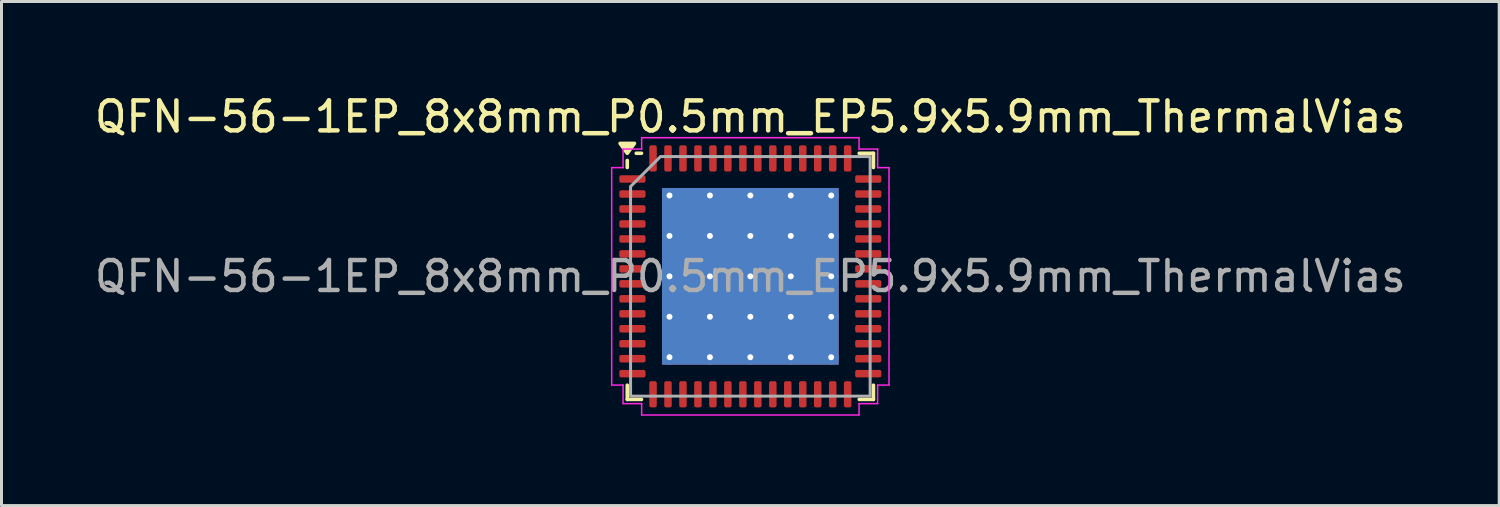
<source format=kicad_pcb>
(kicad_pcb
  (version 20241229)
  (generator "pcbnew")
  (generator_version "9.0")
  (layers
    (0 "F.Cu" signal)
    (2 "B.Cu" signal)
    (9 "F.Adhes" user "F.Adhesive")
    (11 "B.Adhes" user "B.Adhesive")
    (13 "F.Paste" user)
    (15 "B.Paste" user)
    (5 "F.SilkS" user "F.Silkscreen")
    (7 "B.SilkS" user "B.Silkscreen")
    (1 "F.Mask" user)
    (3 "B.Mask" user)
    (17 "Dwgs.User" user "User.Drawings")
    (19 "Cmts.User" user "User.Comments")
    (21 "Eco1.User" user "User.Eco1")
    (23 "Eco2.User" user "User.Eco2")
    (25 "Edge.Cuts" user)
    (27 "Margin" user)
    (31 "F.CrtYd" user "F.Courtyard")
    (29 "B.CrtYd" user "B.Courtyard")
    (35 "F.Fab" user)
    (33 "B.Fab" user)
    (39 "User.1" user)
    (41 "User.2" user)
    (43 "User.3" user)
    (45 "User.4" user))
  (footprint "QFN-56-1EP_8x8mm_P0.5mm_EP5.9x5.9mm_ThermalVias"
    (layer "F.Cu")
    (at 22.006 6.178)
    (property "Reference" "QFN-56-1EP_8x8mm_P0.5mm_EP5.9x5.9mm_ThermalVias" (at 0 -5.33 0) (layer "F.SilkS") (effects (font (size 1 1) (thickness 0.15))))
    (attr smd)
    (fp_line (start -4.11 -3.635) (end -4.11 -3.87) (stroke (width 0.12) (type solid)) (layer "F.SilkS"))
    (fp_line (start -4.11 4.11) (end -4.11 3.635) (stroke (width 0.12) (type solid)) (layer "F.SilkS"))
    (fp_line (start -3.635 -4.11) (end -3.81 -4.11) (stroke (width 0.12) (type solid)) (layer "F.SilkS"))
    (fp_line (start -3.635 4.11) (end -4.11 4.11) (stroke (width 0.12) (type solid)) (layer "F.SilkS"))
    (fp_line (start 3.635 -4.11) (end 4.11 -4.11) (stroke (width 0.12) (type solid)) (layer "F.SilkS"))
    (fp_line (start 3.635 4.11) (end 4.11 4.11) (stroke (width 0.12) (type solid)) (layer "F.SilkS"))
    (fp_line (start 4.11 -4.11) (end 4.11 -3.635) (stroke (width 0.12) (type solid)) (layer "F.SilkS"))
    (fp_line (start 4.11 4.11) (end 4.11 3.635) (stroke (width 0.12) (type solid)) (layer "F.SilkS"))
    (fp_poly (pts (xy -4.11 -4.11) (xy -4.35 -4.44) (xy -3.87 -4.44)) (stroke (width 0.12) (type solid)) (fill yes) (layer "F.SilkS"))
    (fp_line (start -4.63 -3.63) (end -4.25 -3.63) (stroke (width 0.05) (type solid)) (layer "F.CrtYd"))
    (fp_line (start -4.63 3.63) (end -4.63 -3.63) (stroke (width 0.05) (type solid)) (layer "F.CrtYd"))
    (fp_line (start -4.25 -4.25) (end -3.63 -4.25) (stroke (width 0.05) (type solid)) (layer "F.CrtYd"))
    (fp_line (start -4.25 -3.63) (end -4.25 -4.25) (stroke (width 0.05) (type solid)) (layer "F.CrtYd"))
    (fp_line (start -4.25 3.63) (end -4.63 3.63) (stroke (width 0.05) (type solid)) (layer "F.CrtYd"))
    (fp_line (start -4.25 4.25) (end -4.25 3.63) (stroke (width 0.05) (type solid)) (layer "F.CrtYd"))
    (fp_line (start -3.63 -4.63) (end 3.63 -4.63) (stroke (width 0.05) (type solid)) (layer "F.CrtYd"))
    (fp_line (start -3.63 -4.25) (end -3.63 -4.63) (stroke (width 0.05) (type solid)) (layer "F.CrtYd"))
    (fp_line (start -3.63 4.25) (end -4.25 4.25) (stroke (width 0.05) (type solid)) (layer "F.CrtYd"))
    (fp_line (start -3.63 4.63) (end -3.63 4.25) (stroke (width 0.05) (type solid)) (layer "F.CrtYd"))
    (fp_line (start 3.63 -4.63) (end 3.63 -4.25) (stroke (width 0.05) (type solid)) (layer "F.CrtYd"))
    (fp_line (start 3.63 -4.25) (end 4.25 -4.25) (stroke (width 0.05) (type solid)) (layer "F.CrtYd"))
    (fp_line (start 3.63 4.25) (end 3.63 4.63) (stroke (width 0.05) (type solid)) (layer "F.CrtYd"))
    (fp_line (start 3.63 4.63) (end -3.63 4.63) (stroke (width 0.05) (type solid)) (layer "F.CrtYd"))
    (fp_line (start 4.25 -4.25) (end 4.25 -3.63) (stroke (width 0.05) (type solid)) (layer "F.CrtYd"))
    (fp_line (start 4.25 -3.63) (end 4.63 -3.63) (stroke (width 0.05) (type solid)) (layer "F.CrtYd"))
    (fp_line (start 4.25 3.63) (end 4.25 4.25) (stroke (width 0.05) (type solid)) (layer "F.CrtYd"))
    (fp_line (start 4.25 4.25) (end 3.63 4.25) (stroke (width 0.05) (type solid)) (layer "F.CrtYd"))
    (fp_line (start 4.63 -3.63) (end 4.63 3.63) (stroke (width 0.05) (type solid)) (layer "F.CrtYd"))
    (fp_line (start 4.63 3.63) (end 4.25 3.63) (stroke (width 0.05) (type solid)) (layer "F.CrtYd"))
    (fp_poly (pts (xy -4 -3) (xy -4 4) (xy 4 4) (xy 4 -4) (xy -3 -4)) (stroke (width 0.1) (type solid)) (fill no) (layer "F.Fab"))
    (fp_text user "${REFERENCE}" (at 0 0 0) (layer "F.Fab") (effects (font (size 1 1) (thickness 0.15))))
    (pad "" smd roundrect (at -2.22 -2.22) (size 1.14 1.14) (layers "F.Paste") (roundrect_rratio 0.219))
    (pad "" smd roundrect (at -2.22 -0.74) (size 1.14 1.14) (layers "F.Paste") (roundrect_rratio 0.219))
    (pad "" smd roundrect (at -2.22 0.74) (size 1.14 1.14) (layers "F.Paste") (roundrect_rratio 0.219))
    (pad "" smd roundrect (at -2.22 2.22) (size 1.14 1.14) (layers "F.Paste") (roundrect_rratio 0.219))
    (pad "" smd roundrect (at -0.74 -2.22) (size 1.14 1.14) (layers "F.Paste") (roundrect_rratio 0.219))
    (pad "" smd roundrect (at -0.74 -0.74) (size 1.14 1.14) (layers "F.Paste") (roundrect_rratio 0.219))
    (pad "" smd roundrect (at -0.74 0.74) (size 1.14 1.14) (layers "F.Paste") (roundrect_rratio 0.219))
    (pad "" smd roundrect (at -0.74 2.22) (size 1.14 1.14) (layers "F.Paste") (roundrect_rratio 0.219))
    (pad "" smd roundrect (at 0.74 -2.22) (size 1.14 1.14) (layers "F.Paste") (roundrect_rratio 0.219))
    (pad "" smd roundrect (at 0.74 -0.74) (size 1.14 1.14) (layers "F.Paste") (roundrect_rratio 0.219))
    (pad "" smd roundrect (at 0.74 0.74) (size 1.14 1.14) (layers "F.Paste") (roundrect_rratio 0.219))
    (pad "" smd roundrect (at 0.74 2.22) (size 1.14 1.14) (layers "F.Paste") (roundrect_rratio 0.219))
    (pad "" smd roundrect (at 2.22 -2.22) (size 1.14 1.14) (layers "F.Paste") (roundrect_rratio 0.219))
    (pad "" smd roundrect (at 2.22 -0.74) (size 1.14 1.14) (layers "F.Paste") (roundrect_rratio 0.219))
    (pad "" smd roundrect (at 2.22 0.74) (size 1.14 1.14) (layers "F.Paste") (roundrect_rratio 0.219))
    (pad "" smd roundrect (at 2.22 2.22) (size 1.14 1.14) (layers "F.Paste") (roundrect_rratio 0.219))
    (pad "1" smd roundrect (at -3.938 -3.25) (size 0.875 0.25) (layers "F.Cu" "F.Mask" "F.Paste") (roundrect_rratio 0.25))
    (pad "2" smd roundrect (at -3.938 -2.75) (size 0.875 0.25) (layers "F.Cu" "F.Mask" "F.Paste") (roundrect_rratio 0.25))
    (pad "3" smd roundrect (at -3.938 -2.25) (size 0.875 0.25) (layers "F.Cu" "F.Mask" "F.Paste") (roundrect_rratio 0.25))
    (pad "4" smd roundrect (at -3.938 -1.75) (size 0.875 0.25) (layers "F.Cu" "F.Mask" "F.Paste") (roundrect_rratio 0.25))
    (pad "5" smd roundrect (at -3.938 -1.25) (size 0.875 0.25) (layers "F.Cu" "F.Mask" "F.Paste") (roundrect_rratio 0.25))
    (pad "6" smd roundrect (at -3.938 -0.75) (size 0.875 0.25) (layers "F.Cu" "F.Mask" "F.Paste") (roundrect_rratio 0.25))
    (pad "7" smd roundrect (at -3.938 -0.25) (size 0.875 0.25) (layers "F.Cu" "F.Mask" "F.Paste") (roundrect_rratio 0.25))
    (pad "8" smd roundrect (at -3.938 0.25) (size 0.875 0.25) (layers "F.Cu" "F.Mask" "F.Paste") (roundrect_rratio 0.25))
    (pad "9" smd roundrect (at -3.938 0.75) (size 0.875 0.25) (layers "F.Cu" "F.Mask" "F.Paste") (roundrect_rratio 0.25))
    (pad "10" smd roundrect (at -3.938 1.25) (size 0.875 0.25) (layers "F.Cu" "F.Mask" "F.Paste") (roundrect_rratio 0.25))
    (pad "11" smd roundrect (at -3.938 1.75) (size 0.875 0.25) (layers "F.Cu" "F.Mask" "F.Paste") (roundrect_rratio 0.25))
    (pad "12" smd roundrect (at -3.938 2.25) (size 0.875 0.25) (layers "F.Cu" "F.Mask" "F.Paste") (roundrect_rratio 0.25))
    (pad "13" smd roundrect (at -3.938 2.75) (size 0.875 0.25) (layers "F.Cu" "F.Mask" "F.Paste") (roundrect_rratio 0.25))
    (pad "14" smd roundrect (at -3.938 3.25) (size 0.875 0.25) (layers "F.Cu" "F.Mask" "F.Paste") (roundrect_rratio 0.25))
    (pad "15" smd roundrect (at -3.25 3.938) (size 0.25 0.875) (layers "F.Cu" "F.Mask" "F.Paste") (roundrect_rratio 0.25))
    (pad "16" smd roundrect (at -2.75 3.938) (size 0.25 0.875) (layers "F.Cu" "F.Mask" "F.Paste") (roundrect_rratio 0.25))
    (pad "17" smd roundrect (at -2.25 3.938) (size 0.25 0.875) (layers "F.Cu" "F.Mask" "F.Paste") (roundrect_rratio 0.25))
    (pad "18" smd roundrect (at -1.75 3.938) (size 0.25 0.875) (layers "F.Cu" "F.Mask" "F.Paste") (roundrect_rratio 0.25))
    (pad "19" smd roundrect (at -1.25 3.938) (size 0.25 0.875) (layers "F.Cu" "F.Mask" "F.Paste") (roundrect_rratio 0.25))
    (pad "20" smd roundrect (at -0.75 3.938) (size 0.25 0.875) (layers "F.Cu" "F.Mask" "F.Paste") (roundrect_rratio 0.25))
    (pad "21" smd roundrect (at -0.25 3.938) (size 0.25 0.875) (layers "F.Cu" "F.Mask" "F.Paste") (roundrect_rratio 0.25))
    (pad "22" smd roundrect (at 0.25 3.938) (size 0.25 0.875) (layers "F.Cu" "F.Mask" "F.Paste") (roundrect_rratio 0.25))
    (pad "23" smd roundrect (at 0.75 3.938) (size 0.25 0.875) (layers "F.Cu" "F.Mask" "F.Paste") (roundrect_rratio 0.25))
    (pad "24" smd roundrect (at 1.25 3.938) (size 0.25 0.875) (layers "F.Cu" "F.Mask" "F.Paste") (roundrect_rratio 0.25))
    (pad "25" smd roundrect (at 1.75 3.938) (size 0.25 0.875) (layers "F.Cu" "F.Mask" "F.Paste") (roundrect_rratio 0.25))
    (pad "26" smd roundrect (at 2.25 3.938) (size 0.25 0.875) (layers "F.Cu" "F.Mask" "F.Paste") (roundrect_rratio 0.25))
    (pad "27" smd roundrect (at 2.75 3.938) (size 0.25 0.875) (layers "F.Cu" "F.Mask" "F.Paste") (roundrect_rratio 0.25))
    (pad "28" smd roundrect (at 3.25 3.938) (size 0.25 0.875) (layers "F.Cu" "F.Mask" "F.Paste") (roundrect_rratio 0.25))
    (pad "29" smd roundrect (at 3.938 3.25) (size 0.875 0.25) (layers "F.Cu" "F.Mask" "F.Paste") (roundrect_rratio 0.25))
    (pad "30" smd roundrect (at 3.938 2.75) (size 0.875 0.25) (layers "F.Cu" "F.Mask" "F.Paste") (roundrect_rratio 0.25))
    (pad "31" smd roundrect (at 3.938 2.25) (size 0.875 0.25) (layers "F.Cu" "F.Mask" "F.Paste") (roundrect_rratio 0.25))
    (pad "32" smd roundrect (at 3.938 1.75) (size 0.875 0.25) (layers "F.Cu" "F.Mask" "F.Paste") (roundrect_rratio 0.25))
    (pad "33" smd roundrect (at 3.938 1.25) (size 0.875 0.25) (layers "F.Cu" "F.Mask" "F.Paste") (roundrect_rratio 0.25))
    (pad "34" smd roundrect (at 3.938 0.75) (size 0.875 0.25) (layers "F.Cu" "F.Mask" "F.Paste") (roundrect_rratio 0.25))
    (pad "35" smd roundrect (at 3.938 0.25) (size 0.875 0.25) (layers "F.Cu" "F.Mask" "F.Paste") (roundrect_rratio 0.25))
    (pad "36" smd roundrect (at 3.938 -0.25) (size 0.875 0.25) (layers "F.Cu" "F.Mask" "F.Paste") (roundrect_rratio 0.25))
    (pad "37" smd roundrect (at 3.938 -0.75) (size 0.875 0.25) (layers "F.Cu" "F.Mask" "F.Paste") (roundrect_rratio 0.25))
    (pad "38" smd roundrect (at 3.938 -1.25) (size 0.875 0.25) (layers "F.Cu" "F.Mask" "F.Paste") (roundrect_rratio 0.25))
    (pad "39" smd roundrect (at 3.938 -1.75) (size 0.875 0.25) (layers "F.Cu" "F.Mask" "F.Paste") (roundrect_rratio 0.25))
    (pad "40" smd roundrect (at 3.938 -2.25) (size 0.875 0.25) (layers "F.Cu" "F.Mask" "F.Paste") (roundrect_rratio 0.25))
    (pad "41" smd roundrect (at 3.938 -2.75) (size 0.875 0.25) (layers "F.Cu" "F.Mask" "F.Paste") (roundrect_rratio 0.25))
    (pad "42" smd roundrect (at 3.938 -3.25) (size 0.875 0.25) (layers "F.Cu" "F.Mask" "F.Paste") (roundrect_rratio 0.25))
    (pad "43" smd roundrect (at 3.25 -3.938) (size 0.25 0.875) (layers "F.Cu" "F.Mask" "F.Paste") (roundrect_rratio 0.25))
    (pad "44" smd roundrect (at 2.75 -3.938) (size 0.25 0.875) (layers "F.Cu" "F.Mask" "F.Paste") (roundrect_rratio 0.25))
    (pad "45" smd roundrect (at 2.25 -3.938) (size 0.25 0.875) (layers "F.Cu" "F.Mask" "F.Paste") (roundrect_rratio 0.25))
    (pad "46" smd roundrect (at 1.75 -3.938) (size 0.25 0.875) (layers "F.Cu" "F.Mask" "F.Paste") (roundrect_rratio 0.25))
    (pad "47" smd roundrect (at 1.25 -3.938) (size 0.25 0.875) (layers "F.Cu" "F.Mask" "F.Paste") (roundrect_rratio 0.25))
    (pad "48" smd roundrect (at 0.75 -3.938) (size 0.25 0.875) (layers "F.Cu" "F.Mask" "F.Paste") (roundrect_rratio 0.25))
    (pad "49" smd roundrect (at 0.25 -3.938) (size 0.25 0.875) (layers "F.Cu" "F.Mask" "F.Paste") (roundrect_rratio 0.25))
    (pad "50" smd roundrect (at -0.25 -3.938) (size 0.25 0.875) (layers "F.Cu" "F.Mask" "F.Paste") (roundrect_rratio 0.25))
    (pad "51" smd roundrect (at -0.75 -3.938) (size 0.25 0.875) (layers "F.Cu" "F.Mask" "F.Paste") (roundrect_rratio 0.25))
    (pad "52" smd roundrect (at -1.25 -3.938) (size 0.25 0.875) (layers "F.Cu" "F.Mask" "F.Paste") (roundrect_rratio 0.25))
    (pad "53" smd roundrect (at -1.75 -3.938) (size 0.25 0.875) (layers "F.Cu" "F.Mask" "F.Paste") (roundrect_rratio 0.25))
    (pad "54" smd roundrect (at -2.25 -3.938) (size 0.25 0.875) (layers "F.Cu" "F.Mask" "F.Paste") (roundrect_rratio 0.25))
    (pad "55" smd roundrect (at -2.75 -3.938) (size 0.25 0.875) (layers "F.Cu" "F.Mask" "F.Paste") (roundrect_rratio 0.25))
    (pad "56" smd roundrect (at -3.25 -3.938) (size 0.25 0.875) (layers "F.Cu" "F.Mask" "F.Paste") (roundrect_rratio 0.25))
    (pad "57" thru_hole circle (at -2.7 -2.7) (size 0.5 0.5) (drill 0.2) (property pad_prop_heatsink) (layers "*.Cu"))
    (pad "57" thru_hole circle (at -2.7 -1.35) (size 0.5 0.5) (drill 0.2) (property pad_prop_heatsink) (layers "*.Cu"))
    (pad "57" thru_hole circle (at -2.7 0) (size 0.5 0.5) (drill 0.2) (property pad_prop_heatsink) (layers "*.Cu"))
    (pad "57" thru_hole circle (at -2.7 1.35) (size 0.5 0.5) (drill 0.2) (property pad_prop_heatsink) (layers "*.Cu"))
    (pad "57" thru_hole circle (at -2.7 2.7) (size 0.5 0.5) (drill 0.2) (property pad_prop_heatsink) (layers "*.Cu"))
    (pad "57" thru_hole circle (at -1.35 -2.7) (size 0.5 0.5) (drill 0.2) (property pad_prop_heatsink) (layers "*.Cu"))
    (pad "57" thru_hole circle (at -1.35 -1.35) (size 0.5 0.5) (drill 0.2) (property pad_prop_heatsink) (layers "*.Cu"))
    (pad "57" thru_hole circle (at -1.35 0) (size 0.5 0.5) (drill 0.2) (property pad_prop_heatsink) (layers "*.Cu"))
    (pad "57" thru_hole circle (at -1.35 1.35) (size 0.5 0.5) (drill 0.2) (property pad_prop_heatsink) (layers "*.Cu"))
    (pad "57" thru_hole circle (at -1.35 2.7) (size 0.5 0.5) (drill 0.2) (property pad_prop_heatsink) (layers "*.Cu"))
    (pad "57" thru_hole circle (at 0 -2.7) (size 0.5 0.5) (drill 0.2) (property pad_prop_heatsink) (layers "*.Cu"))
    (pad "57" thru_hole circle (at 0 -1.35) (size 0.5 0.5) (drill 0.2) (property pad_prop_heatsink) (layers "*.Cu"))
    (pad "57" thru_hole circle (at 0 0) (size 0.5 0.5) (drill 0.2) (property pad_prop_heatsink) (layers "*.Cu"))
    (pad "57" smd rect (at 0 0) (size 5.9 5.9) (property pad_prop_heatsink) (layers "F.Cu" "F.Mask"))
    (pad "57" smd rect (at 0 0) (size 5.9 5.9) (property pad_prop_heatsink) (layers "B.Cu"))
    (pad "57" thru_hole circle (at 0 1.35) (size 0.5 0.5) (drill 0.2) (property pad_prop_heatsink) (layers "*.Cu"))
    (pad "57" thru_hole circle (at 0 2.7) (size 0.5 0.5) (drill 0.2) (property pad_prop_heatsink) (layers "*.Cu"))
    (pad "57" thru_hole circle (at 1.35 -2.7) (size 0.5 0.5) (drill 0.2) (property pad_prop_heatsink) (layers "*.Cu"))
    (pad "57" thru_hole circle (at 1.35 -1.35) (size 0.5 0.5) (drill 0.2) (property pad_prop_heatsink) (layers "*.Cu"))
    (pad "57" thru_hole circle (at 1.35 0) (size 0.5 0.5) (drill 0.2) (property pad_prop_heatsink) (layers "*.Cu"))
    (pad "57" thru_hole circle (at 1.35 1.35) (size 0.5 0.5) (drill 0.2) (property pad_prop_heatsink) (layers "*.Cu"))
    (pad "57" thru_hole circle (at 1.35 2.7) (size 0.5 0.5) (drill 0.2) (property pad_prop_heatsink) (layers "*.Cu"))
    (pad "57" thru_hole circle (at 2.7 -2.7) (size 0.5 0.5) (drill 0.2) (property pad_prop_heatsink) (layers "*.Cu"))
    (pad "57" thru_hole circle (at 2.7 -1.35) (size 0.5 0.5) (drill 0.2) (property pad_prop_heatsink) (layers "*.Cu"))
    (pad "57" thru_hole circle (at 2.7 0) (size 0.5 0.5) (drill 0.2) (property pad_prop_heatsink) (layers "*.Cu"))
    (pad "57" thru_hole circle (at 2.7 1.35) (size 0.5 0.5) (drill 0.2) (property pad_prop_heatsink) (layers "*.Cu"))
    (pad "57" thru_hole circle (at 2.7 2.7) (size 0.5 0.5) (drill 0.2) (property pad_prop_heatsink) (layers "*.Cu")))
  (gr_rect
    (start -3 -3)
    (end 47.012 13.833)
    (stroke (width 0.1) (type default))
    (fill no)
    (layer "Edge.Cuts")))
</source>
